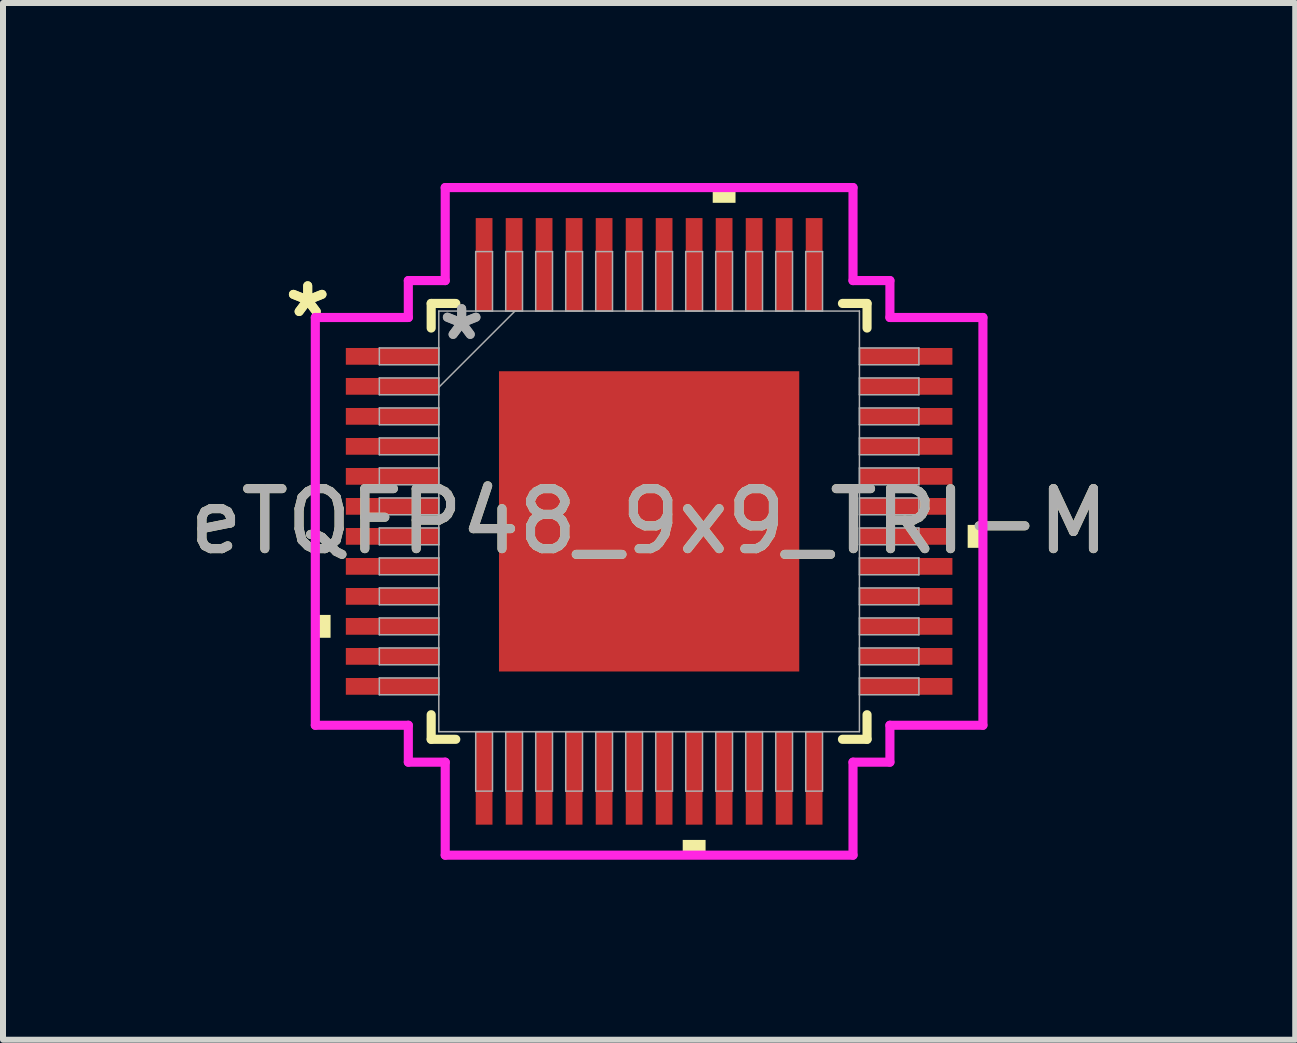
<source format=kicad_pcb>
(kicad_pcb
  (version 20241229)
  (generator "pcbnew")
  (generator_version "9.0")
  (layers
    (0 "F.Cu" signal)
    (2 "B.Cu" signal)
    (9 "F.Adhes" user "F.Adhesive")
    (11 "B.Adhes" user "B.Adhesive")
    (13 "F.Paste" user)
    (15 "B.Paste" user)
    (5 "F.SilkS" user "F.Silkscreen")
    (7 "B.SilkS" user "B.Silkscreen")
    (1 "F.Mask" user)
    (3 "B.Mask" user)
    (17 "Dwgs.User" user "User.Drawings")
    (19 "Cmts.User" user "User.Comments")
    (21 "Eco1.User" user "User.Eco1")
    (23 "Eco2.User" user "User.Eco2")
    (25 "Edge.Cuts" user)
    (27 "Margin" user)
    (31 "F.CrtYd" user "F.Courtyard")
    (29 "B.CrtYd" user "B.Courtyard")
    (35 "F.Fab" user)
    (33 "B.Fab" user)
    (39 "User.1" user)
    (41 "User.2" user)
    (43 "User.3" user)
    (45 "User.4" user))
  (footprint "eTQFP48_9x9_TRI-M"
    (layer "F.Cu")
    (at 7.768 5.639)
    (property "Reference" "eTQFP48_9x9_TRI-M" (at 0 0 0) (unlocked yes) (layer "F.SilkS") (effects (font (size 1 1) (thickness 0.15))))
    (attr smd)
    (fp_line (start -3.632 -3.632) (end -3.632 -3.222) (stroke (width 0.152) (type solid)) (layer "F.SilkS"))
    (fp_line (start -3.632 3.222) (end -3.632 3.632) (stroke (width 0.152) (type solid)) (layer "F.SilkS"))
    (fp_line (start -3.632 3.632) (end -3.222 3.632) (stroke (width 0.152) (type solid)) (layer "F.SilkS"))
    (fp_line (start -3.222 -3.632) (end -3.632 -3.632) (stroke (width 0.152) (type solid)) (layer "F.SilkS"))
    (fp_line (start 3.222 3.632) (end 3.632 3.632) (stroke (width 0.152) (type solid)) (layer "F.SilkS"))
    (fp_line (start 3.632 -3.632) (end 3.222 -3.632) (stroke (width 0.152) (type solid)) (layer "F.SilkS"))
    (fp_line (start 3.632 -3.222) (end 3.632 -3.632) (stroke (width 0.152) (type solid)) (layer "F.SilkS"))
    (fp_line (start 3.632 3.632) (end 3.632 3.222) (stroke (width 0.152) (type solid)) (layer "F.SilkS"))
    (fp_poly (pts (xy -5.563 1.559) (xy -5.563 1.94) (xy -5.309 1.94) (xy -5.309 1.559)) (stroke (width 0) (type solid)) (fill yes) (layer "F.SilkS"))
    (fp_poly (pts (xy 0.56 5.309) (xy 0.56 5.563) (xy 0.941 5.563) (xy 0.941 5.309)) (stroke (width 0) (type solid)) (fill yes) (layer "F.SilkS"))
    (fp_poly (pts (xy 1.06 -5.309) (xy 1.06 -5.563) (xy 1.44 -5.563) (xy 1.44 -5.309)) (stroke (width 0) (type solid)) (fill yes) (layer "F.SilkS"))
    (fp_poly (pts (xy 5.563 0.059) (xy 5.563 0.441) (xy 5.309 0.441) (xy 5.309 0.059)) (stroke (width 0) (type solid)) (fill yes) (layer "F.SilkS"))
    (fp_poly (pts (xy -2.402 -2.402) (xy -2.402 -0.934) (xy -0.934 -0.934) (xy -0.934 -2.402)) (stroke (width 0) (type solid)) (fill yes) (layer "F.Paste"))
    (fp_poly (pts (xy -2.402 -0.734) (xy -2.402 0.734) (xy -0.934 0.734) (xy -0.934 -0.734)) (stroke (width 0) (type solid)) (fill yes) (layer "F.Paste"))
    (fp_poly (pts (xy -2.402 0.934) (xy -2.402 2.402) (xy -0.934 2.402) (xy -0.934 0.934)) (stroke (width 0) (type solid)) (fill yes) (layer "F.Paste"))
    (fp_poly (pts (xy -0.734 -2.402) (xy -0.734 -0.934) (xy 0.734 -0.934) (xy 0.734 -2.402)) (stroke (width 0) (type solid)) (fill yes) (layer "F.Paste"))
    (fp_poly (pts (xy -0.734 -0.734) (xy -0.734 0.734) (xy 0.734 0.734) (xy 0.734 -0.734)) (stroke (width 0) (type solid)) (fill yes) (layer "F.Paste"))
    (fp_poly (pts (xy -0.734 0.934) (xy -0.734 2.402) (xy 0.734 2.402) (xy 0.734 0.934)) (stroke (width 0) (type solid)) (fill yes) (layer "F.Paste"))
    (fp_poly (pts (xy 0.934 -2.402) (xy 0.934 -0.934) (xy 2.402 -0.934) (xy 2.402 -2.402)) (stroke (width 0) (type solid)) (fill yes) (layer "F.Paste"))
    (fp_poly (pts (xy 0.934 -0.734) (xy 0.934 0.734) (xy 2.402 0.734) (xy 2.402 -0.734)) (stroke (width 0) (type solid)) (fill yes) (layer "F.Paste"))
    (fp_poly (pts (xy 0.934 0.934) (xy 0.934 2.402) (xy 2.402 2.402) (xy 2.402 0.934)) (stroke (width 0) (type solid)) (fill yes) (layer "F.Paste"))
    (fp_line (start -5.563 -3.398) (end -4.013 -3.398) (stroke (width 0.152) (type solid)) (layer "F.CrtYd"))
    (fp_line (start -5.563 3.398) (end -5.563 -3.398) (stroke (width 0.152) (type solid)) (layer "F.CrtYd"))
    (fp_line (start -4.013 -4.013) (end -3.398 -4.013) (stroke (width 0.152) (type solid)) (layer "F.CrtYd"))
    (fp_line (start -4.013 -3.398) (end -4.013 -4.013) (stroke (width 0.152) (type solid)) (layer "F.CrtYd"))
    (fp_line (start -4.013 3.398) (end -5.563 3.398) (stroke (width 0.152) (type solid)) (layer "F.CrtYd"))
    (fp_line (start -4.013 4.013) (end -4.013 3.398) (stroke (width 0.152) (type solid)) (layer "F.CrtYd"))
    (fp_line (start -4.013 4.013) (end -3.398 4.013) (stroke (width 0.152) (type solid)) (layer "F.CrtYd"))
    (fp_line (start -3.398 -5.563) (end 3.398 -5.563) (stroke (width 0.152) (type solid)) (layer "F.CrtYd"))
    (fp_line (start -3.398 -4.013) (end -3.398 -5.563) (stroke (width 0.152) (type solid)) (layer "F.CrtYd"))
    (fp_line (start -3.398 4.013) (end -3.398 5.563) (stroke (width 0.152) (type solid)) (layer "F.CrtYd"))
    (fp_line (start -3.398 5.563) (end 3.398 5.563) (stroke (width 0.152) (type solid)) (layer "F.CrtYd"))
    (fp_line (start 3.398 -5.563) (end 3.398 -4.013) (stroke (width 0.152) (type solid)) (layer "F.CrtYd"))
    (fp_line (start 3.398 -4.013) (end 4.013 -4.013) (stroke (width 0.152) (type solid)) (layer "F.CrtYd"))
    (fp_line (start 3.398 4.013) (end 4.013 4.013) (stroke (width 0.152) (type solid)) (layer "F.CrtYd"))
    (fp_line (start 3.398 5.563) (end 3.398 4.013) (stroke (width 0.152) (type solid)) (layer "F.CrtYd"))
    (fp_line (start 4.013 -3.398) (end 4.013 -4.013) (stroke (width 0.152) (type solid)) (layer "F.CrtYd"))
    (fp_line (start 4.013 3.398) (end 5.563 3.398) (stroke (width 0.152) (type solid)) (layer "F.CrtYd"))
    (fp_line (start 4.013 4.013) (end 4.013 3.398) (stroke (width 0.152) (type solid)) (layer "F.CrtYd"))
    (fp_line (start 5.563 -3.398) (end 4.013 -3.398) (stroke (width 0.152) (type solid)) (layer "F.CrtYd"))
    (fp_line (start 5.563 3.398) (end 5.563 -3.398) (stroke (width 0.152) (type solid)) (layer "F.CrtYd"))
    (fp_line (start -4.496 -2.89) (end -4.496 -2.61) (stroke (width 0.025) (type solid)) (layer "F.Fab"))
    (fp_line (start -4.496 -2.61) (end -3.505 -2.61) (stroke (width 0.025) (type solid)) (layer "F.Fab"))
    (fp_line (start -4.496 -2.39) (end -4.496 -2.11) (stroke (width 0.025) (type solid)) (layer "F.Fab"))
    (fp_line (start -4.496 -2.11) (end -3.505 -2.11) (stroke (width 0.025) (type solid)) (layer "F.Fab"))
    (fp_line (start -4.496 -1.89) (end -4.496 -1.61) (stroke (width 0.025) (type solid)) (layer "F.Fab"))
    (fp_line (start -4.496 -1.61) (end -3.505 -1.61) (stroke (width 0.025) (type solid)) (layer "F.Fab"))
    (fp_line (start -4.496 -1.39) (end -4.496 -1.11) (stroke (width 0.025) (type solid)) (layer "F.Fab"))
    (fp_line (start -4.496 -1.11) (end -3.505 -1.11) (stroke (width 0.025) (type solid)) (layer "F.Fab"))
    (fp_line (start -4.496 -0.89) (end -4.496 -0.61) (stroke (width 0.025) (type solid)) (layer "F.Fab"))
    (fp_line (start -4.496 -0.61) (end -3.505 -0.61) (stroke (width 0.025) (type solid)) (layer "F.Fab"))
    (fp_line (start -4.496 -0.39) (end -4.496 -0.11) (stroke (width 0.025) (type solid)) (layer "F.Fab"))
    (fp_line (start -4.496 -0.11) (end -3.505 -0.11) (stroke (width 0.025) (type solid)) (layer "F.Fab"))
    (fp_line (start -4.496 0.11) (end -4.496 0.39) (stroke (width 0.025) (type solid)) (layer "F.Fab"))
    (fp_line (start -4.496 0.39) (end -3.505 0.39) (stroke (width 0.025) (type solid)) (layer "F.Fab"))
    (fp_line (start -4.496 0.61) (end -4.496 0.89) (stroke (width 0.025) (type solid)) (layer "F.Fab"))
    (fp_line (start -4.496 0.89) (end -3.505 0.89) (stroke (width 0.025) (type solid)) (layer "F.Fab"))
    (fp_line (start -4.496 1.11) (end -4.496 1.39) (stroke (width 0.025) (type solid)) (layer "F.Fab"))
    (fp_line (start -4.496 1.39) (end -3.505 1.39) (stroke (width 0.025) (type solid)) (layer "F.Fab"))
    (fp_line (start -4.496 1.61) (end -4.496 1.89) (stroke (width 0.025) (type solid)) (layer "F.Fab"))
    (fp_line (start -4.496 1.89) (end -3.505 1.89) (stroke (width 0.025) (type solid)) (layer "F.Fab"))
    (fp_line (start -4.496 2.11) (end -4.496 2.39) (stroke (width 0.025) (type solid)) (layer "F.Fab"))
    (fp_line (start -4.496 2.39) (end -3.505 2.39) (stroke (width 0.025) (type solid)) (layer "F.Fab"))
    (fp_line (start -4.496 2.61) (end -4.496 2.89) (stroke (width 0.025) (type solid)) (layer "F.Fab"))
    (fp_line (start -4.496 2.89) (end -3.505 2.89) (stroke (width 0.025) (type solid)) (layer "F.Fab"))
    (fp_line (start -3.505 -3.505) (end -3.505 3.505) (stroke (width 0.025) (type solid)) (layer "F.Fab"))
    (fp_line (start -3.505 -2.89) (end -4.496 -2.89) (stroke (width 0.025) (type solid)) (layer "F.Fab"))
    (fp_line (start -3.505 -2.61) (end -3.505 -2.89) (stroke (width 0.025) (type solid)) (layer "F.Fab"))
    (fp_line (start -3.505 -2.39) (end -4.496 -2.39) (stroke (width 0.025) (type solid)) (layer "F.Fab"))
    (fp_line (start -3.505 -2.235) (end -2.235 -3.505) (stroke (width 0.025) (type solid)) (layer "F.Fab"))
    (fp_line (start -3.505 -2.11) (end -3.505 -2.39) (stroke (width 0.025) (type solid)) (layer "F.Fab"))
    (fp_line (start -3.505 -1.89) (end -4.496 -1.89) (stroke (width 0.025) (type solid)) (layer "F.Fab"))
    (fp_line (start -3.505 -1.61) (end -3.505 -1.89) (stroke (width 0.025) (type solid)) (layer "F.Fab"))
    (fp_line (start -3.505 -1.39) (end -4.496 -1.39) (stroke (width 0.025) (type solid)) (layer "F.Fab"))
    (fp_line (start -3.505 -1.11) (end -3.505 -1.39) (stroke (width 0.025) (type solid)) (layer "F.Fab"))
    (fp_line (start -3.505 -0.89) (end -4.496 -0.89) (stroke (width 0.025) (type solid)) (layer "F.Fab"))
    (fp_line (start -3.505 -0.61) (end -3.505 -0.89) (stroke (width 0.025) (type solid)) (layer "F.Fab"))
    (fp_line (start -3.505 -0.39) (end -4.496 -0.39) (stroke (width 0.025) (type solid)) (layer "F.Fab"))
    (fp_line (start -3.505 -0.11) (end -3.505 -0.39) (stroke (width 0.025) (type solid)) (layer "F.Fab"))
    (fp_line (start -3.505 0.11) (end -4.496 0.11) (stroke (width 0.025) (type solid)) (layer "F.Fab"))
    (fp_line (start -3.505 0.39) (end -3.505 0.11) (stroke (width 0.025) (type solid)) (layer "F.Fab"))
    (fp_line (start -3.505 0.61) (end -4.496 0.61) (stroke (width 0.025) (type solid)) (layer "F.Fab"))
    (fp_line (start -3.505 0.89) (end -3.505 0.61) (stroke (width 0.025) (type solid)) (layer "F.Fab"))
    (fp_line (start -3.505 1.11) (end -4.496 1.11) (stroke (width 0.025) (type solid)) (layer "F.Fab"))
    (fp_line (start -3.505 1.39) (end -3.505 1.11) (stroke (width 0.025) (type solid)) (layer "F.Fab"))
    (fp_line (start -3.505 1.61) (end -4.496 1.61) (stroke (width 0.025) (type solid)) (layer "F.Fab"))
    (fp_line (start -3.505 1.89) (end -3.505 1.61) (stroke (width 0.025) (type solid)) (layer "F.Fab"))
    (fp_line (start -3.505 2.11) (end -4.496 2.11) (stroke (width 0.025) (type solid)) (layer "F.Fab"))
    (fp_line (start -3.505 2.39) (end -3.505 2.11) (stroke (width 0.025) (type solid)) (layer "F.Fab"))
    (fp_line (start -3.505 2.61) (end -4.496 2.61) (stroke (width 0.025) (type solid)) (layer "F.Fab"))
    (fp_line (start -3.505 2.89) (end -3.505 2.61) (stroke (width 0.025) (type solid)) (layer "F.Fab"))
    (fp_line (start -3.505 3.505) (end 3.505 3.505) (stroke (width 0.025) (type solid)) (layer "F.Fab"))
    (fp_line (start -2.89 -4.496) (end -2.89 -3.505) (stroke (width 0.025) (type solid)) (layer "F.Fab"))
    (fp_line (start -2.89 -3.505) (end -2.61 -3.505) (stroke (width 0.025) (type solid)) (layer "F.Fab"))
    (fp_line (start -2.89 3.505) (end -2.89 4.496) (stroke (width 0.025) (type solid)) (layer "F.Fab"))
    (fp_line (start -2.89 4.496) (end -2.61 4.496) (stroke (width 0.025) (type solid)) (layer "F.Fab"))
    (fp_line (start -2.61 -4.496) (end -2.89 -4.496) (stroke (width 0.025) (type solid)) (layer "F.Fab"))
    (fp_line (start -2.61 -3.505) (end -2.61 -4.496) (stroke (width 0.025) (type solid)) (layer "F.Fab"))
    (fp_line (start -2.61 3.505) (end -2.89 3.505) (stroke (width 0.025) (type solid)) (layer "F.Fab"))
    (fp_line (start -2.61 4.496) (end -2.61 3.505) (stroke (width 0.025) (type solid)) (layer "F.Fab"))
    (fp_line (start -2.39 -4.496) (end -2.39 -3.505) (stroke (width 0.025) (type solid)) (layer "F.Fab"))
    (fp_line (start -2.39 -3.505) (end -2.11 -3.505) (stroke (width 0.025) (type solid)) (layer "F.Fab"))
    (fp_line (start -2.39 3.505) (end -2.39 4.496) (stroke (width 0.025) (type solid)) (layer "F.Fab"))
    (fp_line (start -2.39 4.496) (end -2.11 4.496) (stroke (width 0.025) (type solid)) (layer "F.Fab"))
    (fp_line (start -2.11 -4.496) (end -2.39 -4.496) (stroke (width 0.025) (type solid)) (layer "F.Fab"))
    (fp_line (start -2.11 -3.505) (end -2.11 -4.496) (stroke (width 0.025) (type solid)) (layer "F.Fab"))
    (fp_line (start -2.11 3.505) (end -2.39 3.505) (stroke (width 0.025) (type solid)) (layer "F.Fab"))
    (fp_line (start -2.11 4.496) (end -2.11 3.505) (stroke (width 0.025) (type solid)) (layer "F.Fab"))
    (fp_line (start -1.89 -4.496) (end -1.89 -3.505) (stroke (width 0.025) (type solid)) (layer "F.Fab"))
    (fp_line (start -1.89 -3.505) (end -1.61 -3.505) (stroke (width 0.025) (type solid)) (layer "F.Fab"))
    (fp_line (start -1.89 3.505) (end -1.89 4.496) (stroke (width 0.025) (type solid)) (layer "F.Fab"))
    (fp_line (start -1.89 4.496) (end -1.61 4.496) (stroke (width 0.025) (type solid)) (layer "F.Fab"))
    (fp_line (start -1.61 -4.496) (end -1.89 -4.496) (stroke (width 0.025) (type solid)) (layer "F.Fab"))
    (fp_line (start -1.61 -3.505) (end -1.61 -4.496) (stroke (width 0.025) (type solid)) (layer "F.Fab"))
    (fp_line (start -1.61 3.505) (end -1.89 3.505) (stroke (width 0.025) (type solid)) (layer "F.Fab"))
    (fp_line (start -1.61 4.496) (end -1.61 3.505) (stroke (width 0.025) (type solid)) (layer "F.Fab"))
    (fp_line (start -1.39 -4.496) (end -1.39 -3.505) (stroke (width 0.025) (type solid)) (layer "F.Fab"))
    (fp_line (start -1.39 -3.505) (end -1.11 -3.505) (stroke (width 0.025) (type solid)) (layer "F.Fab"))
    (fp_line (start -1.39 3.505) (end -1.39 4.496) (stroke (width 0.025) (type solid)) (layer "F.Fab"))
    (fp_line (start -1.39 4.496) (end -1.11 4.496) (stroke (width 0.025) (type solid)) (layer "F.Fab"))
    (fp_line (start -1.11 -4.496) (end -1.39 -4.496) (stroke (width 0.025) (type solid)) (layer "F.Fab"))
    (fp_line (start -1.11 -3.505) (end -1.11 -4.496) (stroke (width 0.025) (type solid)) (layer "F.Fab"))
    (fp_line (start -1.11 3.505) (end -1.39 3.505) (stroke (width 0.025) (type solid)) (layer "F.Fab"))
    (fp_line (start -1.11 4.496) (end -1.11 3.505) (stroke (width 0.025) (type solid)) (layer "F.Fab"))
    (fp_line (start -0.89 -4.496) (end -0.89 -3.505) (stroke (width 0.025) (type solid)) (layer "F.Fab"))
    (fp_line (start -0.89 -3.505) (end -0.61 -3.505) (stroke (width 0.025) (type solid)) (layer "F.Fab"))
    (fp_line (start -0.89 3.505) (end -0.89 4.496) (stroke (width 0.025) (type solid)) (layer "F.Fab"))
    (fp_line (start -0.89 4.496) (end -0.61 4.496) (stroke (width 0.025) (type solid)) (layer "F.Fab"))
    (fp_line (start -0.61 -4.496) (end -0.89 -4.496) (stroke (width 0.025) (type solid)) (layer "F.Fab"))
    (fp_line (start -0.61 -3.505) (end -0.61 -4.496) (stroke (width 0.025) (type solid)) (layer "F.Fab"))
    (fp_line (start -0.61 3.505) (end -0.89 3.505) (stroke (width 0.025) (type solid)) (layer "F.Fab"))
    (fp_line (start -0.61 4.496) (end -0.61 3.505) (stroke (width 0.025) (type solid)) (layer "F.Fab"))
    (fp_line (start -0.39 -4.496) (end -0.39 -3.505) (stroke (width 0.025) (type solid)) (layer "F.Fab"))
    (fp_line (start -0.39 -3.505) (end -0.11 -3.505) (stroke (width 0.025) (type solid)) (layer "F.Fab"))
    (fp_line (start -0.39 3.505) (end -0.39 4.496) (stroke (width 0.025) (type solid)) (layer "F.Fab"))
    (fp_line (start -0.39 4.496) (end -0.11 4.496) (stroke (width 0.025) (type solid)) (layer "F.Fab"))
    (fp_line (start -0.11 -4.496) (end -0.39 -4.496) (stroke (width 0.025) (type solid)) (layer "F.Fab"))
    (fp_line (start -0.11 -3.505) (end -0.11 -4.496) (stroke (width 0.025) (type solid)) (layer "F.Fab"))
    (fp_line (start -0.11 3.505) (end -0.39 3.505) (stroke (width 0.025) (type solid)) (layer "F.Fab"))
    (fp_line (start -0.11 4.496) (end -0.11 3.505) (stroke (width 0.025) (type solid)) (layer "F.Fab"))
    (fp_line (start 0.11 -4.496) (end 0.11 -3.505) (stroke (width 0.025) (type solid)) (layer "F.Fab"))
    (fp_line (start 0.11 -3.505) (end 0.39 -3.505) (stroke (width 0.025) (type solid)) (layer "F.Fab"))
    (fp_line (start 0.11 3.505) (end 0.11 4.496) (stroke (width 0.025) (type solid)) (layer "F.Fab"))
    (fp_line (start 0.11 4.496) (end 0.39 4.496) (stroke (width 0.025) (type solid)) (layer "F.Fab"))
    (fp_line (start 0.39 -4.496) (end 0.11 -4.496) (stroke (width 0.025) (type solid)) (layer "F.Fab"))
    (fp_line (start 0.39 -3.505) (end 0.39 -4.496) (stroke (width 0.025) (type solid)) (layer "F.Fab"))
    (fp_line (start 0.39 3.505) (end 0.11 3.505) (stroke (width 0.025) (type solid)) (layer "F.Fab"))
    (fp_line (start 0.39 4.496) (end 0.39 3.505) (stroke (width 0.025) (type solid)) (layer "F.Fab"))
    (fp_line (start 0.61 -4.496) (end 0.61 -3.505) (stroke (width 0.025) (type solid)) (layer "F.Fab"))
    (fp_line (start 0.61 -3.505) (end 0.89 -3.505) (stroke (width 0.025) (type solid)) (layer "F.Fab"))
    (fp_line (start 0.61 3.505) (end 0.61 4.496) (stroke (width 0.025) (type solid)) (layer "F.Fab"))
    (fp_line (start 0.61 4.496) (end 0.89 4.496) (stroke (width 0.025) (type solid)) (layer "F.Fab"))
    (fp_line (start 0.89 -4.496) (end 0.61 -4.496) (stroke (width 0.025) (type solid)) (layer "F.Fab"))
    (fp_line (start 0.89 -3.505) (end 0.89 -4.496) (stroke (width 0.025) (type solid)) (layer "F.Fab"))
    (fp_line (start 0.89 3.505) (end 0.61 3.505) (stroke (width 0.025) (type solid)) (layer "F.Fab"))
    (fp_line (start 0.89 4.496) (end 0.89 3.505) (stroke (width 0.025) (type solid)) (layer "F.Fab"))
    (fp_line (start 1.11 -4.496) (end 1.11 -3.505) (stroke (width 0.025) (type solid)) (layer "F.Fab"))
    (fp_line (start 1.11 -3.505) (end 1.39 -3.505) (stroke (width 0.025) (type solid)) (layer "F.Fab"))
    (fp_line (start 1.11 3.505) (end 1.11 4.496) (stroke (width 0.025) (type solid)) (layer "F.Fab"))
    (fp_line (start 1.11 4.496) (end 1.39 4.496) (stroke (width 0.025) (type solid)) (layer "F.Fab"))
    (fp_line (start 1.39 -4.496) (end 1.11 -4.496) (stroke (width 0.025) (type solid)) (layer "F.Fab"))
    (fp_line (start 1.39 -3.505) (end 1.39 -4.496) (stroke (width 0.025) (type solid)) (layer "F.Fab"))
    (fp_line (start 1.39 3.505) (end 1.11 3.505) (stroke (width 0.025) (type solid)) (layer "F.Fab"))
    (fp_line (start 1.39 4.496) (end 1.39 3.505) (stroke (width 0.025) (type solid)) (layer "F.Fab"))
    (fp_line (start 1.61 -4.496) (end 1.61 -3.505) (stroke (width 0.025) (type solid)) (layer "F.Fab"))
    (fp_line (start 1.61 -3.505) (end 1.89 -3.505) (stroke (width 0.025) (type solid)) (layer "F.Fab"))
    (fp_line (start 1.61 3.505) (end 1.61 4.496) (stroke (width 0.025) (type solid)) (layer "F.Fab"))
    (fp_line (start 1.61 4.496) (end 1.89 4.496) (stroke (width 0.025) (type solid)) (layer "F.Fab"))
    (fp_line (start 1.89 -4.496) (end 1.61 -4.496) (stroke (width 0.025) (type solid)) (layer "F.Fab"))
    (fp_line (start 1.89 -3.505) (end 1.89 -4.496) (stroke (width 0.025) (type solid)) (layer "F.Fab"))
    (fp_line (start 1.89 3.505) (end 1.61 3.505) (stroke (width 0.025) (type solid)) (layer "F.Fab"))
    (fp_line (start 1.89 4.496) (end 1.89 3.505) (stroke (width 0.025) (type solid)) (layer "F.Fab"))
    (fp_line (start 2.11 -4.496) (end 2.11 -3.505) (stroke (width 0.025) (type solid)) (layer "F.Fab"))
    (fp_line (start 2.11 -3.505) (end 2.39 -3.505) (stroke (width 0.025) (type solid)) (layer "F.Fab"))
    (fp_line (start 2.11 3.505) (end 2.11 4.496) (stroke (width 0.025) (type solid)) (layer "F.Fab"))
    (fp_line (start 2.11 4.496) (end 2.39 4.496) (stroke (width 0.025) (type solid)) (layer "F.Fab"))
    (fp_line (start 2.39 -4.496) (end 2.11 -4.496) (stroke (width 0.025) (type solid)) (layer "F.Fab"))
    (fp_line (start 2.39 -3.505) (end 2.39 -4.496) (stroke (width 0.025) (type solid)) (layer "F.Fab"))
    (fp_line (start 2.39 3.505) (end 2.11 3.505) (stroke (width 0.025) (type solid)) (layer "F.Fab"))
    (fp_line (start 2.39 4.496) (end 2.39 3.505) (stroke (width 0.025) (type solid)) (layer "F.Fab"))
    (fp_line (start 2.61 -4.496) (end 2.61 -3.505) (stroke (width 0.025) (type solid)) (layer "F.Fab"))
    (fp_line (start 2.61 -3.505) (end 2.89 -3.505) (stroke (width 0.025) (type solid)) (layer "F.Fab"))
    (fp_line (start 2.61 3.505) (end 2.61 4.496) (stroke (width 0.025) (type solid)) (layer "F.Fab"))
    (fp_line (start 2.61 4.496) (end 2.89 4.496) (stroke (width 0.025) (type solid)) (layer "F.Fab"))
    (fp_line (start 2.89 -4.496) (end 2.61 -4.496) (stroke (width 0.025) (type solid)) (layer "F.Fab"))
    (fp_line (start 2.89 -3.505) (end 2.89 -4.496) (stroke (width 0.025) (type solid)) (layer "F.Fab"))
    (fp_line (start 2.89 3.505) (end 2.61 3.505) (stroke (width 0.025) (type solid)) (layer "F.Fab"))
    (fp_line (start 2.89 4.496) (end 2.89 3.505) (stroke (width 0.025) (type solid)) (layer "F.Fab"))
    (fp_line (start 3.505 -3.505) (end -3.505 -3.505) (stroke (width 0.025) (type solid)) (layer "F.Fab"))
    (fp_line (start 3.505 -2.89) (end 3.505 -2.61) (stroke (width 0.025) (type solid)) (layer "F.Fab"))
    (fp_line (start 3.505 -2.61) (end 4.496 -2.61) (stroke (width 0.025) (type solid)) (layer "F.Fab"))
    (fp_line (start 3.505 -2.39) (end 3.505 -2.11) (stroke (width 0.025) (type solid)) (layer "F.Fab"))
    (fp_line (start 3.505 -2.11) (end 4.496 -2.11) (stroke (width 0.025) (type solid)) (layer "F.Fab"))
    (fp_line (start 3.505 -1.89) (end 3.505 -1.61) (stroke (width 0.025) (type solid)) (layer "F.Fab"))
    (fp_line (start 3.505 -1.61) (end 4.496 -1.61) (stroke (width 0.025) (type solid)) (layer "F.Fab"))
    (fp_line (start 3.505 -1.39) (end 3.505 -1.11) (stroke (width 0.025) (type solid)) (layer "F.Fab"))
    (fp_line (start 3.505 -1.11) (end 4.496 -1.11) (stroke (width 0.025) (type solid)) (layer "F.Fab"))
    (fp_line (start 3.505 -0.89) (end 3.505 -0.61) (stroke (width 0.025) (type solid)) (layer "F.Fab"))
    (fp_line (start 3.505 -0.61) (end 4.496 -0.61) (stroke (width 0.025) (type solid)) (layer "F.Fab"))
    (fp_line (start 3.505 -0.39) (end 3.505 -0.11) (stroke (width 0.025) (type solid)) (layer "F.Fab"))
    (fp_line (start 3.505 -0.11) (end 4.496 -0.11) (stroke (width 0.025) (type solid)) (layer "F.Fab"))
    (fp_line (start 3.505 0.11) (end 3.505 0.39) (stroke (width 0.025) (type solid)) (layer "F.Fab"))
    (fp_line (start 3.505 0.39) (end 4.496 0.39) (stroke (width 0.025) (type solid)) (layer "F.Fab"))
    (fp_line (start 3.505 0.61) (end 3.505 0.89) (stroke (width 0.025) (type solid)) (layer "F.Fab"))
    (fp_line (start 3.505 0.89) (end 4.496 0.89) (stroke (width 0.025) (type solid)) (layer "F.Fab"))
    (fp_line (start 3.505 1.11) (end 3.505 1.39) (stroke (width 0.025) (type solid)) (layer "F.Fab"))
    (fp_line (start 3.505 1.39) (end 4.496 1.39) (stroke (width 0.025) (type solid)) (layer "F.Fab"))
    (fp_line (start 3.505 1.61) (end 3.505 1.89) (stroke (width 0.025) (type solid)) (layer "F.Fab"))
    (fp_line (start 3.505 1.89) (end 4.496 1.89) (stroke (width 0.025) (type solid)) (layer "F.Fab"))
    (fp_line (start 3.505 2.11) (end 3.505 2.39) (stroke (width 0.025) (type solid)) (layer "F.Fab"))
    (fp_line (start 3.505 2.39) (end 4.496 2.39) (stroke (width 0.025) (type solid)) (layer "F.Fab"))
    (fp_line (start 3.505 2.61) (end 3.505 2.89) (stroke (width 0.025) (type solid)) (layer "F.Fab"))
    (fp_line (start 3.505 2.89) (end 4.496 2.89) (stroke (width 0.025) (type solid)) (layer "F.Fab"))
    (fp_line (start 3.505 3.505) (end 3.505 -3.505) (stroke (width 0.025) (type solid)) (layer "F.Fab"))
    (fp_line (start 4.496 -2.89) (end 3.505 -2.89) (stroke (width 0.025) (type solid)) (layer "F.Fab"))
    (fp_line (start 4.496 -2.61) (end 4.496 -2.89) (stroke (width 0.025) (type solid)) (layer "F.Fab"))
    (fp_line (start 4.496 -2.39) (end 3.505 -2.39) (stroke (width 0.025) (type solid)) (layer "F.Fab"))
    (fp_line (start 4.496 -2.11) (end 4.496 -2.39) (stroke (width 0.025) (type solid)) (layer "F.Fab"))
    (fp_line (start 4.496 -1.89) (end 3.505 -1.89) (stroke (width 0.025) (type solid)) (layer "F.Fab"))
    (fp_line (start 4.496 -1.61) (end 4.496 -1.89) (stroke (width 0.025) (type solid)) (layer "F.Fab"))
    (fp_line (start 4.496 -1.39) (end 3.505 -1.39) (stroke (width 0.025) (type solid)) (layer "F.Fab"))
    (fp_line (start 4.496 -1.11) (end 4.496 -1.39) (stroke (width 0.025) (type solid)) (layer "F.Fab"))
    (fp_line (start 4.496 -0.89) (end 3.505 -0.89) (stroke (width 0.025) (type solid)) (layer "F.Fab"))
    (fp_line (start 4.496 -0.61) (end 4.496 -0.89) (stroke (width 0.025) (type solid)) (layer "F.Fab"))
    (fp_line (start 4.496 -0.39) (end 3.505 -0.39) (stroke (width 0.025) (type solid)) (layer "F.Fab"))
    (fp_line (start 4.496 -0.11) (end 4.496 -0.39) (stroke (width 0.025) (type solid)) (layer "F.Fab"))
    (fp_line (start 4.496 0.11) (end 3.505 0.11) (stroke (width 0.025) (type solid)) (layer "F.Fab"))
    (fp_line (start 4.496 0.39) (end 4.496 0.11) (stroke (width 0.025) (type solid)) (layer "F.Fab"))
    (fp_line (start 4.496 0.61) (end 3.505 0.61) (stroke (width 0.025) (type solid)) (layer "F.Fab"))
    (fp_line (start 4.496 0.89) (end 4.496 0.61) (stroke (width 0.025) (type solid)) (layer "F.Fab"))
    (fp_line (start 4.496 1.11) (end 3.505 1.11) (stroke (width 0.025) (type solid)) (layer "F.Fab"))
    (fp_line (start 4.496 1.39) (end 4.496 1.11) (stroke (width 0.025) (type solid)) (layer "F.Fab"))
    (fp_line (start 4.496 1.61) (end 3.505 1.61) (stroke (width 0.025) (type solid)) (layer "F.Fab"))
    (fp_line (start 4.496 1.89) (end 4.496 1.61) (stroke (width 0.025) (type solid)) (layer "F.Fab"))
    (fp_line (start 4.496 2.11) (end 3.505 2.11) (stroke (width 0.025) (type solid)) (layer "F.Fab"))
    (fp_line (start 4.496 2.39) (end 4.496 2.11) (stroke (width 0.025) (type solid)) (layer "F.Fab"))
    (fp_line (start 4.496 2.61) (end 3.505 2.61) (stroke (width 0.025) (type solid)) (layer "F.Fab"))
    (fp_line (start 4.496 2.89) (end 4.496 2.61) (stroke (width 0.025) (type solid)) (layer "F.Fab"))
    (fp_text user "*" (at -5.69 -3.381 0) (layer "F.SilkS") (effects (font (size 1 1) (thickness 0.15))))
    (fp_text user "*" (at -5.69 -3.381 0) (unlocked yes) (layer "F.SilkS") (effects (font (size 1 1) (thickness 0.15))))
    (fp_text user "*" (at -3.124 -3 0) (layer "F.Fab") (effects (font (size 1 1) (thickness 0.15))))
    (fp_text user "*" (at -3.124 -3 0) (unlocked yes) (layer "F.Fab") (effects (font (size 1 1) (thickness 0.15))))
    (fp_text user "${REFERENCE}" (at 0 0 0) (unlocked yes) (layer "F.Fab") (effects (font (size 1 1) (thickness 0.15))))
    (pad "1" smd rect (at -4.28 -2.75 90) (size 0.279 1.549) (layers "F.Cu" "F.Mask" "F.Paste"))
    (pad "2" smd rect (at -4.28 -2.25 90) (size 0.279 1.549) (layers "F.Cu" "F.Mask" "F.Paste"))
    (pad "3" smd rect (at -4.28 -1.75 90) (size 0.279 1.549) (layers "F.Cu" "F.Mask" "F.Paste"))
    (pad "4" smd rect (at -4.28 -1.25 90) (size 0.279 1.549) (layers "F.Cu" "F.Mask" "F.Paste"))
    (pad "5" smd rect (at -4.28 -0.75 90) (size 0.279 1.549) (layers "F.Cu" "F.Mask" "F.Paste"))
    (pad "6" smd rect (at -4.28 -0.25 90) (size 0.279 1.549) (layers "F.Cu" "F.Mask" "F.Paste"))
    (pad "7" smd rect (at -4.28 0.25 90) (size 0.279 1.549) (layers "F.Cu" "F.Mask" "F.Paste"))
    (pad "8" smd rect (at -4.28 0.75 90) (size 0.279 1.549) (layers "F.Cu" "F.Mask" "F.Paste"))
    (pad "9" smd rect (at -4.28 1.25 90) (size 0.279 1.549) (layers "F.Cu" "F.Mask" "F.Paste"))
    (pad "10" smd rect (at -4.28 1.75 90) (size 0.279 1.549) (layers "F.Cu" "F.Mask" "F.Paste"))
    (pad "11" smd rect (at -4.28 2.25 90) (size 0.279 1.549) (layers "F.Cu" "F.Mask" "F.Paste"))
    (pad "12" smd rect (at -4.28 2.75 90) (size 0.279 1.549) (layers "F.Cu" "F.Mask" "F.Paste"))
    (pad "13" smd rect (at -2.75 4.28) (size 0.279 1.549) (layers "F.Cu" "F.Mask" "F.Paste"))
    (pad "14" smd rect (at -2.25 4.28) (size 0.279 1.549) (layers "F.Cu" "F.Mask" "F.Paste"))
    (pad "15" smd rect (at -1.75 4.28) (size 0.279 1.549) (layers "F.Cu" "F.Mask" "F.Paste"))
    (pad "16" smd rect (at -1.25 4.28) (size 0.279 1.549) (layers "F.Cu" "F.Mask" "F.Paste"))
    (pad "17" smd rect (at -0.75 4.28) (size 0.279 1.549) (layers "F.Cu" "F.Mask" "F.Paste"))
    (pad "18" smd rect (at -0.25 4.28) (size 0.279 1.549) (layers "F.Cu" "F.Mask" "F.Paste"))
    (pad "19" smd rect (at 0.25 4.28) (size 0.279 1.549) (layers "F.Cu" "F.Mask" "F.Paste"))
    (pad "20" smd rect (at 0.75 4.28) (size 0.279 1.549) (layers "F.Cu" "F.Mask" "F.Paste"))
    (pad "21" smd rect (at 1.25 4.28) (size 0.279 1.549) (layers "F.Cu" "F.Mask" "F.Paste"))
    (pad "22" smd rect (at 1.75 4.28) (size 0.279 1.549) (layers "F.Cu" "F.Mask" "F.Paste"))
    (pad "23" smd rect (at 2.25 4.28) (size 0.279 1.549) (layers "F.Cu" "F.Mask" "F.Paste"))
    (pad "24" smd rect (at 2.75 4.28) (size 0.279 1.549) (layers "F.Cu" "F.Mask" "F.Paste"))
    (pad "25" smd rect (at 4.28 2.75 90) (size 0.279 1.549) (layers "F.Cu" "F.Mask" "F.Paste"))
    (pad "26" smd rect (at 4.28 2.25 90) (size 0.279 1.549) (layers "F.Cu" "F.Mask" "F.Paste"))
    (pad "27" smd rect (at 4.28 1.75 90) (size 0.279 1.549) (layers "F.Cu" "F.Mask" "F.Paste"))
    (pad "28" smd rect (at 4.28 1.25 90) (size 0.279 1.549) (layers "F.Cu" "F.Mask" "F.Paste"))
    (pad "29" smd rect (at 4.28 0.75 90) (size 0.279 1.549) (layers "F.Cu" "F.Mask" "F.Paste"))
    (pad "30" smd rect (at 4.28 0.25 90) (size 0.279 1.549) (layers "F.Cu" "F.Mask" "F.Paste"))
    (pad "31" smd rect (at 4.28 -0.25 90) (size 0.279 1.549) (layers "F.Cu" "F.Mask" "F.Paste"))
    (pad "32" smd rect (at 4.28 -0.75 90) (size 0.279 1.549) (layers "F.Cu" "F.Mask" "F.Paste"))
    (pad "33" smd rect (at 4.28 -1.25 90) (size 0.279 1.549) (layers "F.Cu" "F.Mask" "F.Paste"))
    (pad "34" smd rect (at 4.28 -1.75 90) (size 0.279 1.549) (layers "F.Cu" "F.Mask" "F.Paste"))
    (pad "35" smd rect (at 4.28 -2.25 90) (size 0.279 1.549) (layers "F.Cu" "F.Mask" "F.Paste"))
    (pad "36" smd rect (at 4.28 -2.75 90) (size 0.279 1.549) (layers "F.Cu" "F.Mask" "F.Paste"))
    (pad "37" smd rect (at 2.75 -4.28) (size 0.279 1.549) (layers "F.Cu" "F.Mask" "F.Paste"))
    (pad "38" smd rect (at 2.25 -4.28) (size 0.279 1.549) (layers "F.Cu" "F.Mask" "F.Paste"))
    (pad "39" smd rect (at 1.75 -4.28) (size 0.279 1.549) (layers "F.Cu" "F.Mask" "F.Paste"))
    (pad "40" smd rect (at 1.25 -4.28) (size 0.279 1.549) (layers "F.Cu" "F.Mask" "F.Paste"))
    (pad "41" smd rect (at 0.75 -4.28) (size 0.279 1.549) (layers "F.Cu" "F.Mask" "F.Paste"))
    (pad "42" smd rect (at 0.25 -4.28) (size 0.279 1.549) (layers "F.Cu" "F.Mask" "F.Paste"))
    (pad "43" smd rect (at -0.25 -4.28) (size 0.279 1.549) (layers "F.Cu" "F.Mask" "F.Paste"))
    (pad "44" smd rect (at -0.75 -4.28) (size 0.279 1.549) (layers "F.Cu" "F.Mask" "F.Paste"))
    (pad "45" smd rect (at -1.25 -4.28) (size 0.279 1.549) (layers "F.Cu" "F.Mask" "F.Paste"))
    (pad "46" smd rect (at -1.75 -4.28) (size 0.279 1.549) (layers "F.Cu" "F.Mask" "F.Paste"))
    (pad "47" smd rect (at -2.25 -4.28) (size 0.279 1.549) (layers "F.Cu" "F.Mask" "F.Paste"))
    (pad "48" smd rect (at -2.75 -4.28) (size 0.279 1.549) (layers "F.Cu" "F.Mask" "F.Paste"))
    (pad "EPAD" smd rect (at 0 0) (size 5.004 5.004) (layers "F.Cu" "F.Mask")))
  (gr_rect
    (start -3 -3)
    (end 18.536 14.278)
    (stroke (width 0.1) (type default))
    (fill no)
    (layer "Edge.Cuts")))
</source>
